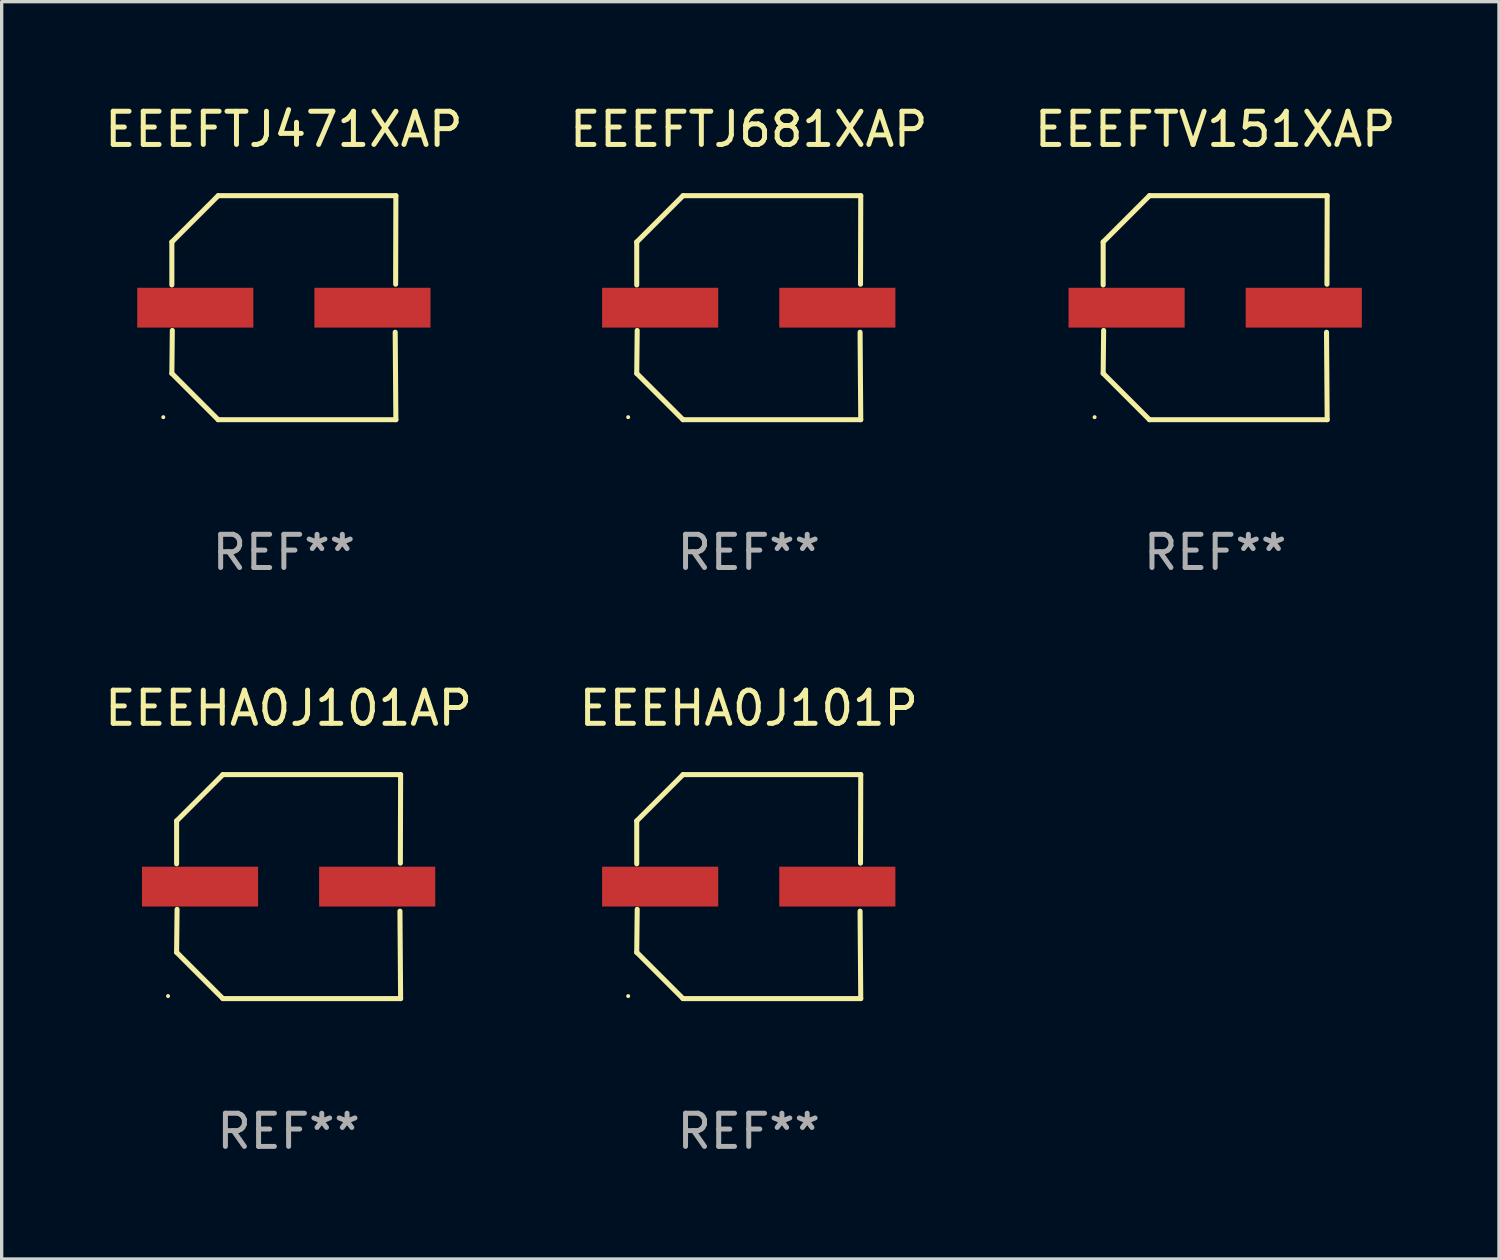
<source format=kicad_pcb>
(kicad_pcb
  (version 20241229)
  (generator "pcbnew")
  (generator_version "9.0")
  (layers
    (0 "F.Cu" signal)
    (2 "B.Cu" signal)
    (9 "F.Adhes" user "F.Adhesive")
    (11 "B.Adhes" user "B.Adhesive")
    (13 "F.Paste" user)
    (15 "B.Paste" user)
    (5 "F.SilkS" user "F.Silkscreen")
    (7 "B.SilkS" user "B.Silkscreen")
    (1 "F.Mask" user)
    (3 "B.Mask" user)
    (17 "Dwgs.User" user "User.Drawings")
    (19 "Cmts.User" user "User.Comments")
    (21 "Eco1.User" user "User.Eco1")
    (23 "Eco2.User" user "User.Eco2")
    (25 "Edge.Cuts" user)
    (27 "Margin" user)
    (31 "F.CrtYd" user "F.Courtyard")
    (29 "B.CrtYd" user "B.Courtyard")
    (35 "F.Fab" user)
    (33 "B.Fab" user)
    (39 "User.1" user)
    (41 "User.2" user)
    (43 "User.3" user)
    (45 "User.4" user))
  (footprint "EEEHA0J101AP"
    (layer "F.Cu")
    (at 5.649 23.673)
    (property "Reference" "EEEHA0J101AP" (at 0 -5.376 0) (layer "F.SilkS") (effects (font (size 1 1) (thickness 0.15))))
    (attr through_hole)
    (fp_line (start -3.376 -1.98) (end -3.376 -0.686) (stroke (width 0.152) (type solid)) (layer "F.SilkS"))
    (fp_line (start -3.376 1.981) (end -3.362 0.686) (stroke (width 0.152) (type solid)) (layer "F.SilkS"))
    (fp_line (start -1.981 3.376) (end -3.376 1.981) (stroke (width 0.152) (type solid)) (layer "F.SilkS"))
    (fp_line (start -1.98 -3.376) (end -3.376 -1.98) (stroke (width 0.152) (type solid)) (layer "F.SilkS"))
    (fp_line (start 3.356 0.74) (end 3.376 3.376) (stroke (width 0.152) (type solid)) (layer "F.SilkS"))
    (fp_line (start 3.369 -0.707) (end 3.376 -3.376) (stroke (width 0.152) (type solid)) (layer "F.SilkS"))
    (fp_line (start 3.376 3.376) (end -1.981 3.376) (stroke (width 0.152) (type solid)) (layer "F.SilkS"))
    (fp_line (start 3.376 -3.376) (end -1.98 -3.376) (stroke (width 0.152) (type solid)) (layer "F.SilkS"))
    (fp_circle (center -3.634 3.3) (end -3.604 3.3) (stroke (width 0.06) (type solid)) (fill no) (layer "F.SilkS"))
    (fp_text user "REF**" (at 0 7.376 0) (layer "F.Fab") (effects (font (size 1 1) (thickness 0.15))))
    (pad "1" smd rect (at -2.67 0.000254) (size 3.5 1.2) (layers "F.Cu" "F.Mask" "F.Paste"))
    (pad "2" smd rect (at 2.67 0.000254) (size 3.5 1.2) (layers "F.Cu" "F.Mask" "F.Paste")))
  (footprint "EEEFTJ681XAP"
    (layer "F.Cu")
    (at 19.518 6.224)
    (property "Reference" "EEEFTJ681XAP" (at 0 -5.376 0) (layer "F.SilkS") (effects (font (size 1 1) (thickness 0.15))))
    (attr through_hole)
    (fp_line (start -3.376 -1.98) (end -3.376 -0.686) (stroke (width 0.152) (type solid)) (layer "F.SilkS"))
    (fp_line (start -3.376 1.981) (end -3.362 0.686) (stroke (width 0.152) (type solid)) (layer "F.SilkS"))
    (fp_line (start -1.981 3.376) (end -3.376 1.981) (stroke (width 0.152) (type solid)) (layer "F.SilkS"))
    (fp_line (start -1.98 -3.376) (end -3.376 -1.98) (stroke (width 0.152) (type solid)) (layer "F.SilkS"))
    (fp_line (start 3.356 0.74) (end 3.376 3.376) (stroke (width 0.152) (type solid)) (layer "F.SilkS"))
    (fp_line (start 3.369 -0.707) (end 3.376 -3.376) (stroke (width 0.152) (type solid)) (layer "F.SilkS"))
    (fp_line (start 3.376 3.376) (end -1.981 3.376) (stroke (width 0.152) (type solid)) (layer "F.SilkS"))
    (fp_line (start 3.376 -3.376) (end -1.98 -3.376) (stroke (width 0.152) (type solid)) (layer "F.SilkS"))
    (fp_circle (center -3.634 3.3) (end -3.604 3.3) (stroke (width 0.06) (type solid)) (fill no) (layer "F.SilkS"))
    (fp_text user "REF**" (at 0 7.376 0) (layer "F.Fab") (effects (font (size 1 1) (thickness 0.15))))
    (pad "1" smd rect (at -2.67 0.000254) (size 3.5 1.2) (layers "F.Cu" "F.Mask" "F.Paste"))
    (pad "2" smd rect (at 2.67 0.000254) (size 3.5 1.2) (layers "F.Cu" "F.Mask" "F.Paste")))
  (footprint "EEEFTJ471XAP"
    (layer "F.Cu")
    (at 5.506 6.224)
    (property "Reference" "EEEFTJ471XAP" (at 0 -5.376 0) (layer "F.SilkS") (effects (font (size 1 1) (thickness 0.15))))
    (attr through_hole)
    (fp_line (start -3.376 -1.98) (end -3.376 -0.686) (stroke (width 0.152) (type solid)) (layer "F.SilkS"))
    (fp_line (start -3.376 1.981) (end -3.362 0.686) (stroke (width 0.152) (type solid)) (layer "F.SilkS"))
    (fp_line (start -1.981 3.376) (end -3.376 1.981) (stroke (width 0.152) (type solid)) (layer "F.SilkS"))
    (fp_line (start -1.98 -3.376) (end -3.376 -1.98) (stroke (width 0.152) (type solid)) (layer "F.SilkS"))
    (fp_line (start 3.356 0.74) (end 3.376 3.376) (stroke (width 0.152) (type solid)) (layer "F.SilkS"))
    (fp_line (start 3.369 -0.707) (end 3.376 -3.376) (stroke (width 0.152) (type solid)) (layer "F.SilkS"))
    (fp_line (start 3.376 3.376) (end -1.981 3.376) (stroke (width 0.152) (type solid)) (layer "F.SilkS"))
    (fp_line (start 3.376 -3.376) (end -1.98 -3.376) (stroke (width 0.152) (type solid)) (layer "F.SilkS"))
    (fp_circle (center -3.634 3.3) (end -3.604 3.3) (stroke (width 0.06) (type solid)) (fill no) (layer "F.SilkS"))
    (fp_text user "REF**" (at 0 7.376 0) (layer "F.Fab") (effects (font (size 1 1) (thickness 0.15))))
    (pad "1" smd rect (at -2.67 0.000254) (size 3.5 1.2) (layers "F.Cu" "F.Mask" "F.Paste"))
    (pad "2" smd rect (at 2.67 0.000254) (size 3.5 1.2) (layers "F.Cu" "F.Mask" "F.Paste")))
  (footprint "EEEFTV151XAP"
    (layer "F.Cu")
    (at 33.577 6.224)
    (property "Reference" "EEEFTV151XAP" (at 0 -5.376 0) (layer "F.SilkS") (effects (font (size 1 1) (thickness 0.15))))
    (attr through_hole)
    (fp_line (start -3.376 -1.98) (end -3.376 -0.686) (stroke (width 0.152) (type solid)) (layer "F.SilkS"))
    (fp_line (start -3.376 1.981) (end -3.362 0.686) (stroke (width 0.152) (type solid)) (layer "F.SilkS"))
    (fp_line (start -1.981 3.376) (end -3.376 1.981) (stroke (width 0.152) (type solid)) (layer "F.SilkS"))
    (fp_line (start -1.98 -3.376) (end -3.376 -1.98) (stroke (width 0.152) (type solid)) (layer "F.SilkS"))
    (fp_line (start 3.356 0.74) (end 3.376 3.376) (stroke (width 0.152) (type solid)) (layer "F.SilkS"))
    (fp_line (start 3.369 -0.707) (end 3.376 -3.376) (stroke (width 0.152) (type solid)) (layer "F.SilkS"))
    (fp_line (start 3.376 3.376) (end -1.981 3.376) (stroke (width 0.152) (type solid)) (layer "F.SilkS"))
    (fp_line (start 3.376 -3.376) (end -1.98 -3.376) (stroke (width 0.152) (type solid)) (layer "F.SilkS"))
    (fp_circle (center -3.634 3.3) (end -3.604 3.3) (stroke (width 0.06) (type solid)) (fill no) (layer "F.SilkS"))
    (fp_text user "REF**" (at 0 7.376 0) (layer "F.Fab") (effects (font (size 1 1) (thickness 0.15))))
    (pad "1" smd rect (at -2.67 0.000254) (size 3.5 1.2) (layers "F.Cu" "F.Mask" "F.Paste"))
    (pad "2" smd rect (at 2.67 0.000254) (size 3.5 1.2) (layers "F.Cu" "F.Mask" "F.Paste")))
  (footprint "EEEHA0J101P"
    (layer "F.Cu")
    (at 19.518 23.673)
    (property "Reference" "EEEHA0J101P" (at 0 -5.376 0) (layer "F.SilkS") (effects (font (size 1 1) (thickness 0.15))))
    (attr through_hole)
    (fp_line (start -3.376 -1.98) (end -3.376 -0.686) (stroke (width 0.152) (type solid)) (layer "F.SilkS"))
    (fp_line (start -3.376 1.981) (end -3.362 0.686) (stroke (width 0.152) (type solid)) (layer "F.SilkS"))
    (fp_line (start -1.981 3.376) (end -3.376 1.981) (stroke (width 0.152) (type solid)) (layer "F.SilkS"))
    (fp_line (start -1.98 -3.376) (end -3.376 -1.98) (stroke (width 0.152) (type solid)) (layer "F.SilkS"))
    (fp_line (start 3.356 0.74) (end 3.376 3.376) (stroke (width 0.152) (type solid)) (layer "F.SilkS"))
    (fp_line (start 3.369 -0.707) (end 3.376 -3.376) (stroke (width 0.152) (type solid)) (layer "F.SilkS"))
    (fp_line (start 3.376 3.376) (end -1.981 3.376) (stroke (width 0.152) (type solid)) (layer "F.SilkS"))
    (fp_line (start 3.376 -3.376) (end -1.98 -3.376) (stroke (width 0.152) (type solid)) (layer "F.SilkS"))
    (fp_circle (center -3.634 3.3) (end -3.604 3.3) (stroke (width 0.06) (type solid)) (fill no) (layer "F.SilkS"))
    (fp_text user "REF**" (at 0 7.376 0) (layer "F.Fab") (effects (font (size 1 1) (thickness 0.15))))
    (pad "1" smd rect (at -2.67 0.000254) (size 3.5 1.2) (layers "F.Cu" "F.Mask" "F.Paste"))
    (pad "2" smd rect (at 2.67 0.000254) (size 3.5 1.2) (layers "F.Cu" "F.Mask" "F.Paste")))
  (gr_rect
    (start -3 -3)
    (end 42.131 34.897)
    (stroke (width 0.1) (type default))
    (fill no)
    (layer "Edge.Cuts")))
</source>
